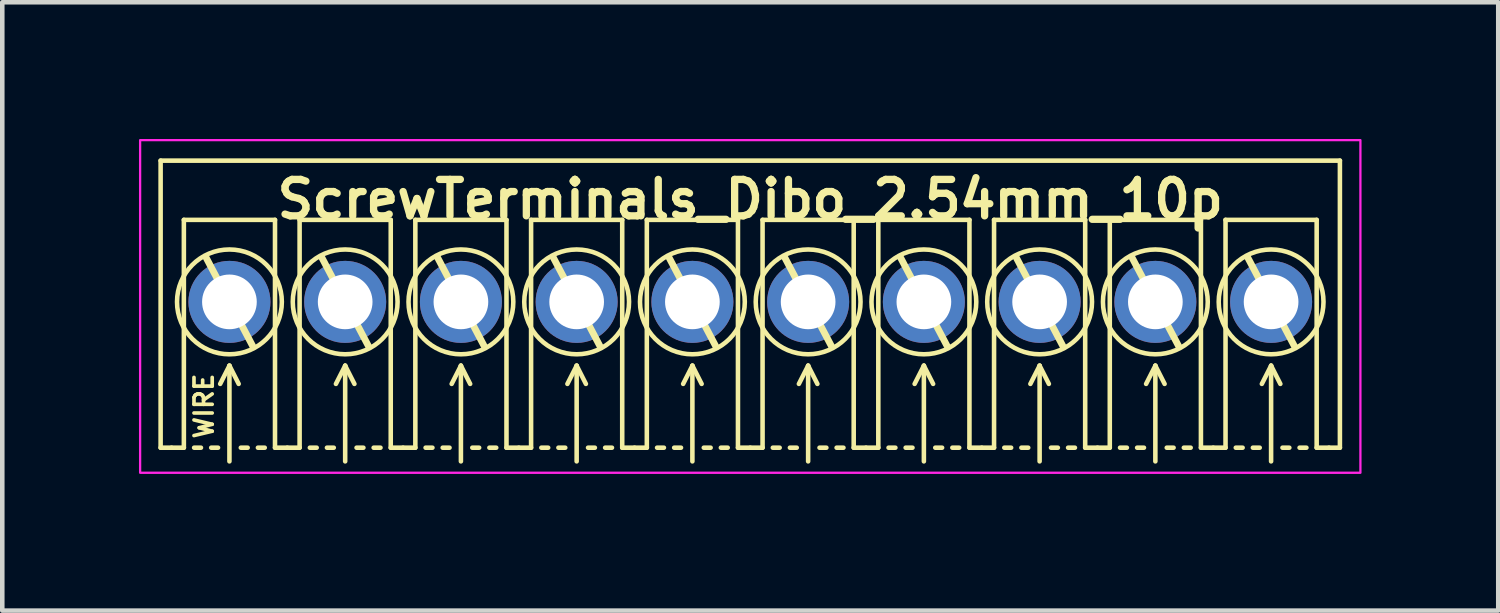
<source format=kicad_pcb>
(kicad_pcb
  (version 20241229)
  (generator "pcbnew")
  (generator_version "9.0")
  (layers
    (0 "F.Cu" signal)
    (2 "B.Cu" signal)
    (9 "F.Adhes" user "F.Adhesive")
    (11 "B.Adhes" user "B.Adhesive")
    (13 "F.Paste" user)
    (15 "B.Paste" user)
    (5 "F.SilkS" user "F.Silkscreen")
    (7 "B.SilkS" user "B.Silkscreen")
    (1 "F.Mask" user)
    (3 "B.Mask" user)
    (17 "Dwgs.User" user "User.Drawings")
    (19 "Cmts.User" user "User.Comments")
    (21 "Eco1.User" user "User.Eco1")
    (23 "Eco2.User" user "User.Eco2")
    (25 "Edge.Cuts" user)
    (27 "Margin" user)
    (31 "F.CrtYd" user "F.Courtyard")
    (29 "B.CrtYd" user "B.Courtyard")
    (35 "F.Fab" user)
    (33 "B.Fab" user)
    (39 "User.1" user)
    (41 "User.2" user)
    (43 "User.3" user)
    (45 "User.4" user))
  (footprint "ScrewTerminals_Dibo_2.54mm_10p"
    (layer "F.Cu")
    (at 13.415 3.575)
    (property "Reference" "ScrewTerminals_Dibo_2.54mm_10p" (at 0 -2.25 0) (unlocked yes) (layer "F.SilkS") (effects (font (size 0.8 0.8) (thickness 0.16) (bold yes))))
    (attr through_hole)
    (fp_line (start -12.94 -3.1) (end 12.94 -3.1) (stroke (width 0.1) (type default)) (layer "F.SilkS"))
    (fp_line (start -12.94 3.2) (end -12.94 -3.1) (stroke (width 0.1) (type default)) (layer "F.SilkS"))
    (fp_line (start -12.94 3.2) (end -12.7 3.2) (stroke (width 0.1) (type default)) (layer "F.SilkS"))
    (fp_line (start -12.7 3.2) (end -12.43 3.2) (stroke (width 0.1) (type default)) (layer "F.SilkS"))
    (fp_line (start -12.43 -1.8) (end -10.43 -1.8) (stroke (width 0.1) (type solid)) (layer "F.SilkS"))
    (fp_line (start -12.43 3.2) (end -12.43 -1.8) (stroke (width 0.1) (type solid)) (layer "F.SilkS"))
    (fp_line (start -12.205 3.2) (end -12.055 3.2) (stroke (width 0.1) (type default)) (layer "F.SilkS"))
    (fp_line (start -11.938 -0.965) (end -10.922 0.965) (stroke (width 0.15) (type default)) (layer "F.SilkS"))
    (fp_line (start -11.83 3.2) (end -11.68 3.2) (stroke (width 0.1) (type default)) (layer "F.SilkS"))
    (fp_line (start -11.43 1.4) (end -11.633 1.8) (stroke (width 0.1) (type default)) (layer "F.SilkS"))
    (fp_line (start -11.43 1.4) (end -11.227 1.8) (stroke (width 0.1) (type default)) (layer "F.SilkS"))
    (fp_line (start -11.43 3.5) (end -11.43 1.4) (stroke (width 0.1) (type default)) (layer "F.SilkS"))
    (fp_line (start -11.18 3.2) (end -11.03 3.2) (stroke (width 0.1) (type default)) (layer "F.SilkS"))
    (fp_line (start -10.805 3.2) (end -10.655 3.2) (stroke (width 0.1) (type default)) (layer "F.SilkS"))
    (fp_line (start -10.43 -1.8) (end -10.43 3.2) (stroke (width 0.1) (type solid)) (layer "F.SilkS"))
    (fp_line (start -10.43 3.2) (end -10.16 3.2) (stroke (width 0.1) (type default)) (layer "F.SilkS"))
    (fp_line (start -10.16 3.2) (end -9.89 3.2) (stroke (width 0.1) (type default)) (layer "F.SilkS"))
    (fp_line (start -9.89 -1.8) (end -7.89 -1.8) (stroke (width 0.1) (type solid)) (layer "F.SilkS"))
    (fp_line (start -9.89 3.2) (end -9.89 -1.8) (stroke (width 0.1) (type solid)) (layer "F.SilkS"))
    (fp_line (start -9.665 3.2) (end -9.515 3.2) (stroke (width 0.1) (type default)) (layer "F.SilkS"))
    (fp_line (start -9.398 -0.965) (end -8.382 0.965) (stroke (width 0.15) (type default)) (layer "F.SilkS"))
    (fp_line (start -9.29 3.2) (end -9.14 3.2) (stroke (width 0.1) (type default)) (layer "F.SilkS"))
    (fp_line (start -8.89 1.4) (end -9.093 1.8) (stroke (width 0.1) (type default)) (layer "F.SilkS"))
    (fp_line (start -8.89 1.4) (end -8.687 1.8) (stroke (width 0.1) (type default)) (layer "F.SilkS"))
    (fp_line (start -8.89 3.5) (end -8.89 1.4) (stroke (width 0.1) (type default)) (layer "F.SilkS"))
    (fp_line (start -8.64 3.2) (end -8.49 3.2) (stroke (width 0.1) (type default)) (layer "F.SilkS"))
    (fp_line (start -8.265 3.2) (end -8.115 3.2) (stroke (width 0.1) (type default)) (layer "F.SilkS"))
    (fp_line (start -7.89 -1.8) (end -7.89 3.2) (stroke (width 0.1) (type solid)) (layer "F.SilkS"))
    (fp_line (start -7.89 3.2) (end -7.62 3.2) (stroke (width 0.1) (type default)) (layer "F.SilkS"))
    (fp_line (start -7.62 3.2) (end -7.35 3.2) (stroke (width 0.1) (type default)) (layer "F.SilkS"))
    (fp_line (start -7.35 -1.8) (end -5.35 -1.8) (stroke (width 0.1) (type solid)) (layer "F.SilkS"))
    (fp_line (start -7.35 3.2) (end -7.35 -1.8) (stroke (width 0.1) (type solid)) (layer "F.SilkS"))
    (fp_line (start -7.125 3.2) (end -6.975 3.2) (stroke (width 0.1) (type default)) (layer "F.SilkS"))
    (fp_line (start -6.858 -0.965) (end -5.842 0.965) (stroke (width 0.15) (type default)) (layer "F.SilkS"))
    (fp_line (start -6.75 3.2) (end -6.6 3.2) (stroke (width 0.1) (type default)) (layer "F.SilkS"))
    (fp_line (start -6.35 1.4) (end -6.553 1.8) (stroke (width 0.1) (type default)) (layer "F.SilkS"))
    (fp_line (start -6.35 1.4) (end -6.147 1.8) (stroke (width 0.1) (type default)) (layer "F.SilkS"))
    (fp_line (start -6.35 3.5) (end -6.35 1.4) (stroke (width 0.1) (type default)) (layer "F.SilkS"))
    (fp_line (start -6.1 3.2) (end -5.95 3.2) (stroke (width 0.1) (type default)) (layer "F.SilkS"))
    (fp_line (start -5.725 3.2) (end -5.575 3.2) (stroke (width 0.1) (type default)) (layer "F.SilkS"))
    (fp_line (start -5.35 -1.8) (end -5.35 3.2) (stroke (width 0.1) (type solid)) (layer "F.SilkS"))
    (fp_line (start -5.35 3.2) (end -5.08 3.2) (stroke (width 0.1) (type default)) (layer "F.SilkS"))
    (fp_line (start -5.08 3.2) (end -4.81 3.2) (stroke (width 0.1) (type default)) (layer "F.SilkS"))
    (fp_line (start -4.81 -1.8) (end -2.81 -1.8) (stroke (width 0.1) (type solid)) (layer "F.SilkS"))
    (fp_line (start -4.81 3.2) (end -4.81 -1.8) (stroke (width 0.1) (type solid)) (layer "F.SilkS"))
    (fp_line (start -4.585 3.2) (end -4.435 3.2) (stroke (width 0.1) (type default)) (layer "F.SilkS"))
    (fp_line (start -4.318 -0.965) (end -3.302 0.965) (stroke (width 0.15) (type default)) (layer "F.SilkS"))
    (fp_line (start -4.21 3.2) (end -4.06 3.2) (stroke (width 0.1) (type default)) (layer "F.SilkS"))
    (fp_line (start -3.81 1.4) (end -4.013 1.8) (stroke (width 0.1) (type default)) (layer "F.SilkS"))
    (fp_line (start -3.81 1.4) (end -3.607 1.8) (stroke (width 0.1) (type default)) (layer "F.SilkS"))
    (fp_line (start -3.81 3.5) (end -3.81 1.4) (stroke (width 0.1) (type default)) (layer "F.SilkS"))
    (fp_line (start -3.56 3.2) (end -3.41 3.2) (stroke (width 0.1) (type default)) (layer "F.SilkS"))
    (fp_line (start -3.185 3.2) (end -3.035 3.2) (stroke (width 0.1) (type default)) (layer "F.SilkS"))
    (fp_line (start -2.81 -1.8) (end -2.81 3.2) (stroke (width 0.1) (type solid)) (layer "F.SilkS"))
    (fp_line (start -2.81 3.2) (end -2.54 3.2) (stroke (width 0.1) (type default)) (layer "F.SilkS"))
    (fp_line (start -2.54 3.2) (end -2.27 3.2) (stroke (width 0.1) (type default)) (layer "F.SilkS"))
    (fp_line (start -2.27 -1.8) (end -0.27 -1.8) (stroke (width 0.1) (type solid)) (layer "F.SilkS"))
    (fp_line (start -2.27 3.2) (end -2.27 -1.8) (stroke (width 0.1) (type solid)) (layer "F.SilkS"))
    (fp_line (start -2.045 3.2) (end -1.895 3.2) (stroke (width 0.1) (type default)) (layer "F.SilkS"))
    (fp_line (start -1.778 -0.965) (end -0.762 0.965) (stroke (width 0.15) (type default)) (layer "F.SilkS"))
    (fp_line (start -1.67 3.2) (end -1.52 3.2) (stroke (width 0.1) (type default)) (layer "F.SilkS"))
    (fp_line (start -1.27 1.4) (end -1.473 1.8) (stroke (width 0.1) (type default)) (layer "F.SilkS"))
    (fp_line (start -1.27 1.4) (end -1.067 1.8) (stroke (width 0.1) (type default)) (layer "F.SilkS"))
    (fp_line (start -1.27 3.5) (end -1.27 1.4) (stroke (width 0.1) (type default)) (layer "F.SilkS"))
    (fp_line (start -1.02 3.2) (end -0.87 3.2) (stroke (width 0.1) (type default)) (layer "F.SilkS"))
    (fp_line (start -0.645 3.2) (end -0.495 3.2) (stroke (width 0.1) (type default)) (layer "F.SilkS"))
    (fp_line (start -0.27 -1.8) (end -0.27 3.2) (stroke (width 0.1) (type solid)) (layer "F.SilkS"))
    (fp_line (start -0.27 3.2) (end 0 3.2) (stroke (width 0.1) (type default)) (layer "F.SilkS"))
    (fp_line (start 0 3.2) (end 0.27 3.2) (stroke (width 0.1) (type default)) (layer "F.SilkS"))
    (fp_line (start 0.27 -1.8) (end 2.27 -1.8) (stroke (width 0.1) (type solid)) (layer "F.SilkS"))
    (fp_line (start 0.27 3.2) (end 0.27 -1.8) (stroke (width 0.1) (type solid)) (layer "F.SilkS"))
    (fp_line (start 0.495 3.2) (end 0.645 3.2) (stroke (width 0.1) (type default)) (layer "F.SilkS"))
    (fp_line (start 0.762 -0.965) (end 1.778 0.965) (stroke (width 0.15) (type default)) (layer "F.SilkS"))
    (fp_line (start 0.87 3.2) (end 1.02 3.2) (stroke (width 0.1) (type default)) (layer "F.SilkS"))
    (fp_line (start 1.27 1.4) (end 1.067 1.8) (stroke (width 0.1) (type default)) (layer "F.SilkS"))
    (fp_line (start 1.27 1.4) (end 1.473 1.8) (stroke (width 0.1) (type default)) (layer "F.SilkS"))
    (fp_line (start 1.27 3.5) (end 1.27 1.4) (stroke (width 0.1) (type default)) (layer "F.SilkS"))
    (fp_line (start 1.52 3.2) (end 1.67 3.2) (stroke (width 0.1) (type default)) (layer "F.SilkS"))
    (fp_line (start 1.895 3.2) (end 2.045 3.2) (stroke (width 0.1) (type default)) (layer "F.SilkS"))
    (fp_line (start 2.27 -1.8) (end 2.27 3.2) (stroke (width 0.1) (type solid)) (layer "F.SilkS"))
    (fp_line (start 2.27 3.2) (end 2.54 3.2) (stroke (width 0.1) (type default)) (layer "F.SilkS"))
    (fp_line (start 2.54 3.2) (end 2.81 3.2) (stroke (width 0.1) (type default)) (layer "F.SilkS"))
    (fp_line (start 2.81 -1.8) (end 4.81 -1.8) (stroke (width 0.1) (type solid)) (layer "F.SilkS"))
    (fp_line (start 2.81 3.2) (end 2.81 -1.8) (stroke (width 0.1) (type solid)) (layer "F.SilkS"))
    (fp_line (start 3.035 3.2) (end 3.185 3.2) (stroke (width 0.1) (type default)) (layer "F.SilkS"))
    (fp_line (start 3.302 -0.965) (end 4.318 0.965) (stroke (width 0.15) (type default)) (layer "F.SilkS"))
    (fp_line (start 3.41 3.2) (end 3.56 3.2) (stroke (width 0.1) (type default)) (layer "F.SilkS"))
    (fp_line (start 3.81 1.4) (end 3.607 1.8) (stroke (width 0.1) (type default)) (layer "F.SilkS"))
    (fp_line (start 3.81 1.4) (end 4.013 1.8) (stroke (width 0.1) (type default)) (layer "F.SilkS"))
    (fp_line (start 3.81 3.5) (end 3.81 1.4) (stroke (width 0.1) (type default)) (layer "F.SilkS"))
    (fp_line (start 4.06 3.2) (end 4.21 3.2) (stroke (width 0.1) (type default)) (layer "F.SilkS"))
    (fp_line (start 4.435 3.2) (end 4.585 3.2) (stroke (width 0.1) (type default)) (layer "F.SilkS"))
    (fp_line (start 4.81 -1.8) (end 4.81 3.2) (stroke (width 0.1) (type solid)) (layer "F.SilkS"))
    (fp_line (start 4.81 3.2) (end 5.08 3.2) (stroke (width 0.1) (type default)) (layer "F.SilkS"))
    (fp_line (start 5.08 3.2) (end 5.35 3.2) (stroke (width 0.1) (type default)) (layer "F.SilkS"))
    (fp_line (start 5.35 -1.8) (end 7.35 -1.8) (stroke (width 0.1) (type solid)) (layer "F.SilkS"))
    (fp_line (start 5.35 3.2) (end 5.35 -1.8) (stroke (width 0.1) (type solid)) (layer "F.SilkS"))
    (fp_line (start 5.575 3.2) (end 5.725 3.2) (stroke (width 0.1) (type default)) (layer "F.SilkS"))
    (fp_line (start 5.842 -0.965) (end 6.858 0.965) (stroke (width 0.15) (type default)) (layer "F.SilkS"))
    (fp_line (start 5.95 3.2) (end 6.1 3.2) (stroke (width 0.1) (type default)) (layer "F.SilkS"))
    (fp_line (start 6.35 1.4) (end 6.147 1.8) (stroke (width 0.1) (type default)) (layer "F.SilkS"))
    (fp_line (start 6.35 1.4) (end 6.553 1.8) (stroke (width 0.1) (type default)) (layer "F.SilkS"))
    (fp_line (start 6.35 3.5) (end 6.35 1.4) (stroke (width 0.1) (type default)) (layer "F.SilkS"))
    (fp_line (start 6.6 3.2) (end 6.75 3.2) (stroke (width 0.1) (type default)) (layer "F.SilkS"))
    (fp_line (start 6.975 3.2) (end 7.125 3.2) (stroke (width 0.1) (type default)) (layer "F.SilkS"))
    (fp_line (start 7.35 -1.8) (end 7.35 3.2) (stroke (width 0.1) (type solid)) (layer "F.SilkS"))
    (fp_line (start 7.35 3.2) (end 7.62 3.2) (stroke (width 0.1) (type default)) (layer "F.SilkS"))
    (fp_line (start 7.62 3.2) (end 7.89 3.2) (stroke (width 0.1) (type default)) (layer "F.SilkS"))
    (fp_line (start 7.89 -1.8) (end 9.89 -1.8) (stroke (width 0.1) (type solid)) (layer "F.SilkS"))
    (fp_line (start 7.89 3.2) (end 7.89 -1.8) (stroke (width 0.1) (type solid)) (layer "F.SilkS"))
    (fp_line (start 8.115 3.2) (end 8.265 3.2) (stroke (width 0.1) (type default)) (layer "F.SilkS"))
    (fp_line (start 8.382 -0.965) (end 9.398 0.965) (stroke (width 0.15) (type default)) (layer "F.SilkS"))
    (fp_line (start 8.49 3.2) (end 8.64 3.2) (stroke (width 0.1) (type default)) (layer "F.SilkS"))
    (fp_line (start 8.89 1.4) (end 8.687 1.8) (stroke (width 0.1) (type default)) (layer "F.SilkS"))
    (fp_line (start 8.89 1.4) (end 9.093 1.8) (stroke (width 0.1) (type default)) (layer "F.SilkS"))
    (fp_line (start 8.89 3.5) (end 8.89 1.4) (stroke (width 0.1) (type default)) (layer "F.SilkS"))
    (fp_line (start 9.14 3.2) (end 9.29 3.2) (stroke (width 0.1) (type default)) (layer "F.SilkS"))
    (fp_line (start 9.515 3.2) (end 9.665 3.2) (stroke (width 0.1) (type default)) (layer "F.SilkS"))
    (fp_line (start 9.89 -1.8) (end 9.89 3.2) (stroke (width 0.1) (type solid)) (layer "F.SilkS"))
    (fp_line (start 9.89 3.2) (end 10.16 3.2) (stroke (width 0.1) (type default)) (layer "F.SilkS"))
    (fp_line (start 10.16 3.2) (end 10.43 3.2) (stroke (width 0.1) (type default)) (layer "F.SilkS"))
    (fp_line (start 10.43 -1.8) (end 12.43 -1.8) (stroke (width 0.1) (type solid)) (layer "F.SilkS"))
    (fp_line (start 10.43 3.2) (end 10.43 -1.8) (stroke (width 0.1) (type solid)) (layer "F.SilkS"))
    (fp_line (start 10.655 3.2) (end 10.805 3.2) (stroke (width 0.1) (type default)) (layer "F.SilkS"))
    (fp_line (start 10.922 -0.965) (end 11.938 0.965) (stroke (width 0.15) (type default)) (layer "F.SilkS"))
    (fp_line (start 11.03 3.2) (end 11.18 3.2) (stroke (width 0.1) (type default)) (layer "F.SilkS"))
    (fp_line (start 11.43 1.4) (end 11.227 1.8) (stroke (width 0.1) (type default)) (layer "F.SilkS"))
    (fp_line (start 11.43 1.4) (end 11.633 1.8) (stroke (width 0.1) (type default)) (layer "F.SilkS"))
    (fp_line (start 11.43 3.5) (end 11.43 1.4) (stroke (width 0.1) (type default)) (layer "F.SilkS"))
    (fp_line (start 11.68 3.2) (end 11.83 3.2) (stroke (width 0.1) (type default)) (layer "F.SilkS"))
    (fp_line (start 12.055 3.2) (end 12.205 3.2) (stroke (width 0.1) (type default)) (layer "F.SilkS"))
    (fp_line (start 12.43 -1.8) (end 12.43 3.2) (stroke (width 0.1) (type solid)) (layer "F.SilkS"))
    (fp_line (start 12.43 3.2) (end 12.7 3.2) (stroke (width 0.1) (type default)) (layer "F.SilkS"))
    (fp_line (start 12.94 3.2) (end 12.7 3.2) (stroke (width 0.1) (type default)) (layer "F.SilkS"))
    (fp_line (start 12.94 3.2) (end 12.94 -3.1) (stroke (width 0.1) (type default)) (layer "F.SilkS"))
    (fp_circle (center -11.43 0) (end -12.58 0) (stroke (width 0.1) (type default)) (fill no) (layer "F.SilkS"))
    (fp_circle (center -8.89 0) (end -10.04 0) (stroke (width 0.1) (type default)) (fill no) (layer "F.SilkS"))
    (fp_circle (center -6.35 0) (end -7.5 0) (stroke (width 0.1) (type default)) (fill no) (layer "F.SilkS"))
    (fp_circle (center -3.81 0) (end -4.96 0) (stroke (width 0.1) (type default)) (fill no) (layer "F.SilkS"))
    (fp_circle (center -1.27 0) (end -2.42 0) (stroke (width 0.1) (type default)) (fill no) (layer "F.SilkS"))
    (fp_circle (center 1.27 0) (end 0.12 0) (stroke (width 0.1) (type default)) (fill no) (layer "F.SilkS"))
    (fp_circle (center 3.81 0) (end 2.66 0) (stroke (width 0.1) (type default)) (fill no) (layer "F.SilkS"))
    (fp_circle (center 6.35 0) (end 5.2 0) (stroke (width 0.1) (type default)) (fill no) (layer "F.SilkS"))
    (fp_circle (center 8.89 0) (end 7.74 0) (stroke (width 0.1) (type default)) (fill no) (layer "F.SilkS"))
    (fp_circle (center 11.43 0) (end 10.28 0) (stroke (width 0.1) (type default)) (fill no) (layer "F.SilkS"))
    (fp_rect (start -13.39 -3.55) (end 13.39 3.75) (stroke (width 0.05) (type default)) (fill no) (layer "F.CrtYd"))
    (fp_text user "WIRE" (at -11.989 2.286 90) (unlocked yes) (layer "F.SilkS") (effects (font (size 0.4 0.4) (thickness 0.08) (bold yes))))
    (pad "1" thru_hole circle (at -11.43 0) (size 1.8 1.8) (drill 1.2) (layers "*.Cu" "*.Mask"))
    (pad "2" thru_hole circle (at -8.89 0) (size 1.8 1.8) (drill 1.2) (layers "*.Cu" "*.Mask"))
    (pad "3" thru_hole circle (at -6.35 0) (size 1.8 1.8) (drill 1.2) (layers "*.Cu" "*.Mask"))
    (pad "4" thru_hole circle (at -3.81 0) (size 1.8 1.8) (drill 1.2) (layers "*.Cu" "*.Mask"))
    (pad "5" thru_hole circle (at -1.27 0) (size 1.8 1.8) (drill 1.2) (layers "*.Cu" "*.Mask"))
    (pad "6" thru_hole circle (at 1.27 0) (size 1.8 1.8) (drill 1.2) (layers "*.Cu" "*.Mask"))
    (pad "7" thru_hole circle (at 3.81 0) (size 1.8 1.8) (drill 1.2) (layers "*.Cu" "*.Mask"))
    (pad "8" thru_hole circle (at 6.35 0) (size 1.8 1.8) (drill 1.2) (layers "*.Cu" "*.Mask"))
    (pad "9" thru_hole circle (at 8.89 0) (size 1.8 1.8) (drill 1.2) (layers "*.Cu" "*.Mask"))
    (pad "10" thru_hole circle (at 11.43 0) (size 1.8 1.8) (drill 1.2) (layers "*.Cu" "*.Mask")))
  (gr_rect
    (start -3 -3)
    (end 29.83 10.35)
    (stroke (width 0.1) (type default))
    (fill no)
    (layer "Edge.Cuts")))
</source>
